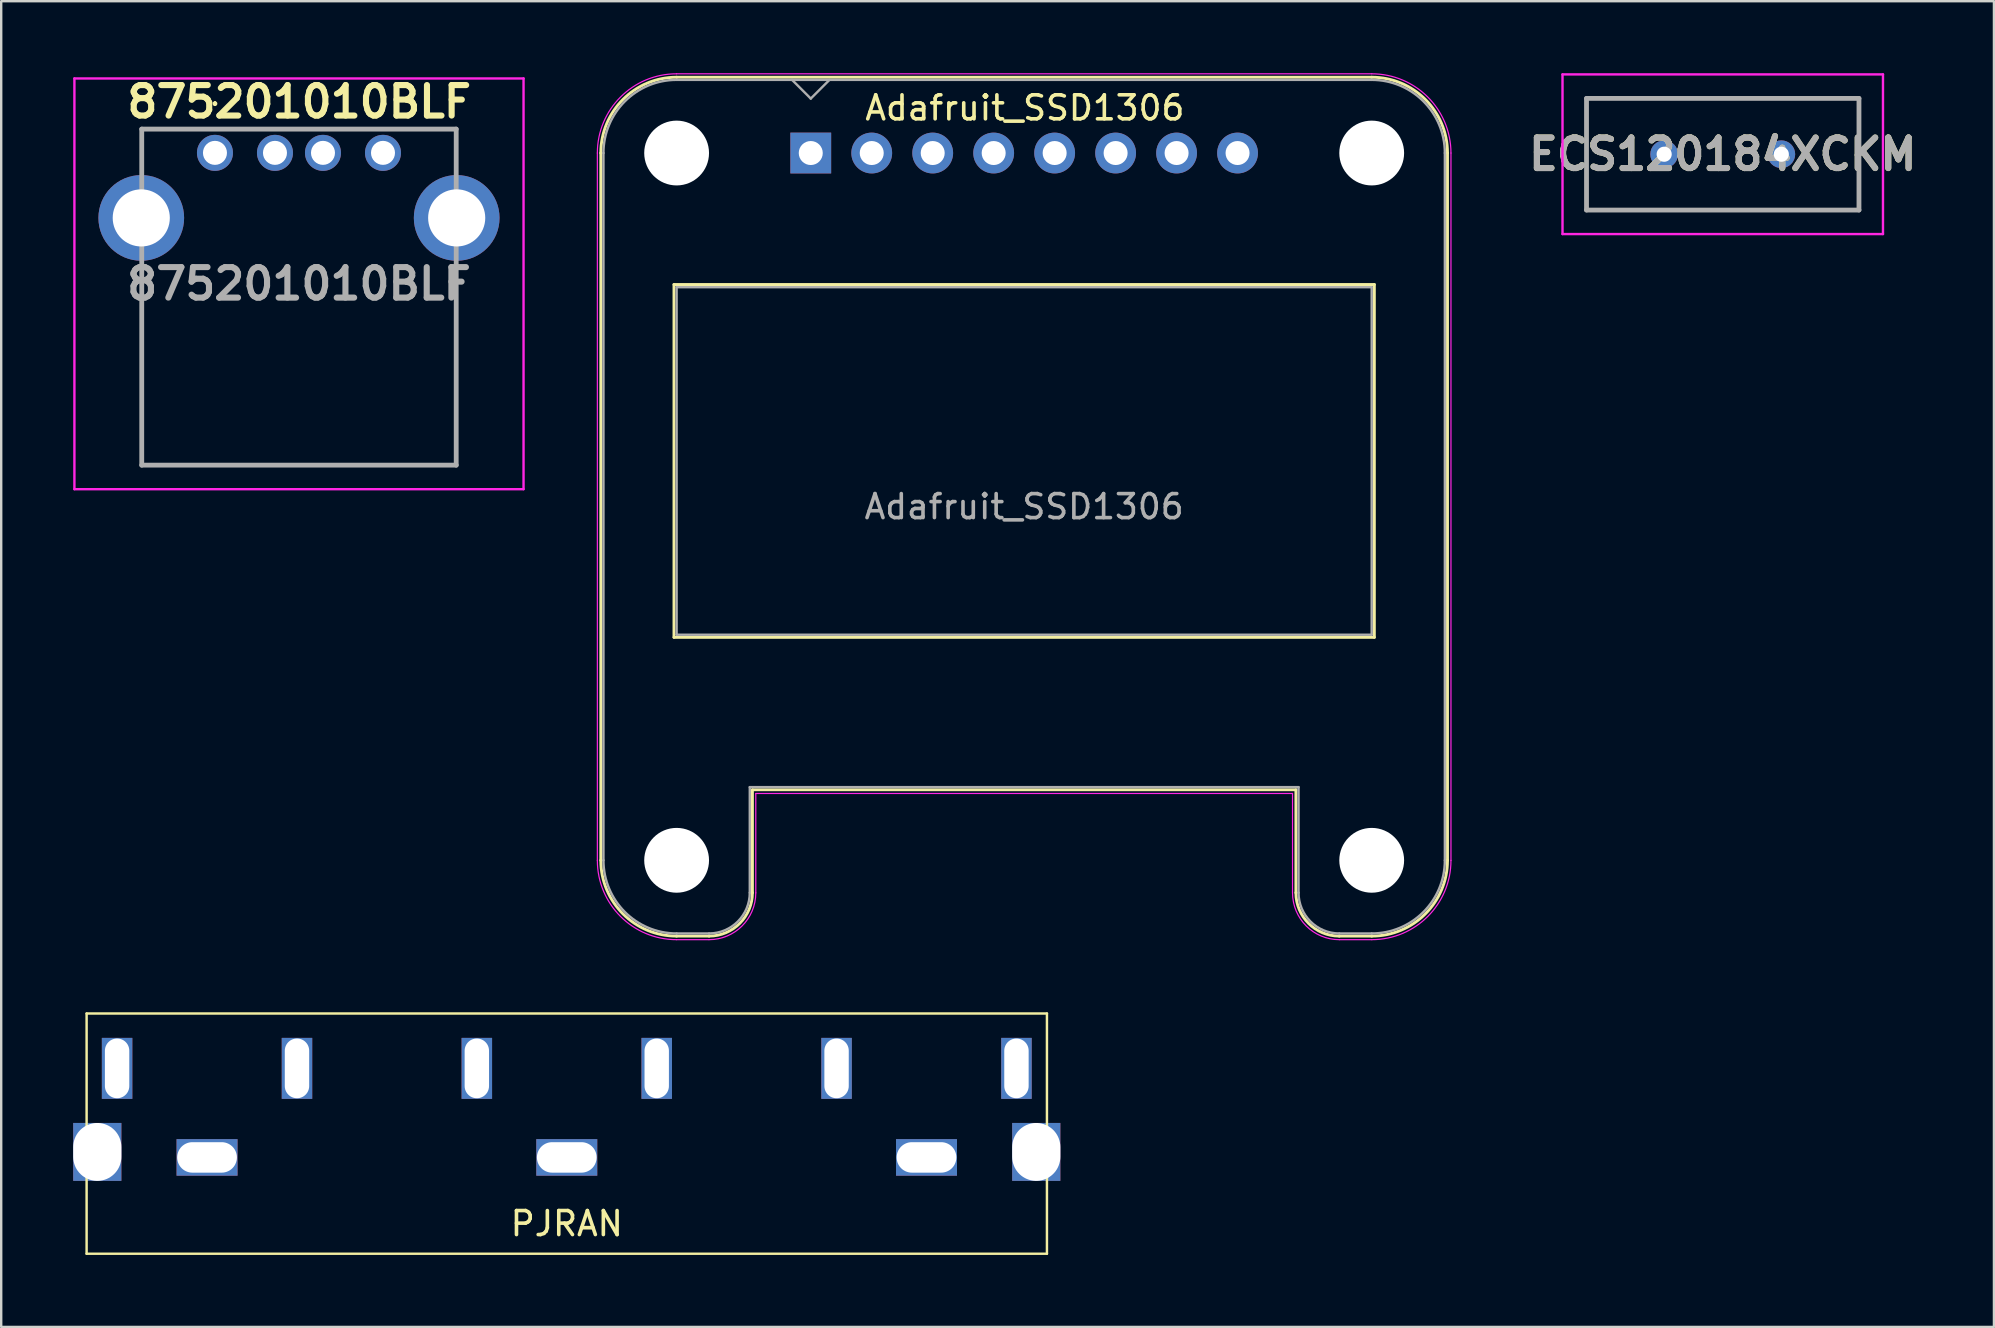
<source format=kicad_pcb>
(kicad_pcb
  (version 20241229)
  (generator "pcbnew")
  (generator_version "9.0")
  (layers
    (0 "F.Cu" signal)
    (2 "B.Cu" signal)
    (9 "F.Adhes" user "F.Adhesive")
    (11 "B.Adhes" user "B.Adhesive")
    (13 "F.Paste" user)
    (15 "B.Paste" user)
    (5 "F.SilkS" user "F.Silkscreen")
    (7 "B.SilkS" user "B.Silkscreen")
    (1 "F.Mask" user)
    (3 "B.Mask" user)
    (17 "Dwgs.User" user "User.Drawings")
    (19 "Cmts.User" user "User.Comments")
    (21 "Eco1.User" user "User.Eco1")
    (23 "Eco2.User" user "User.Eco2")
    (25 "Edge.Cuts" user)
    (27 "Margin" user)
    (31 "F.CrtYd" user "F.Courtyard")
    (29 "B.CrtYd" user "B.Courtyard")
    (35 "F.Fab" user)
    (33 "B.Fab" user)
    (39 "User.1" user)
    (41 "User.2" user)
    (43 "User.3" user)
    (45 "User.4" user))
  (footprint "Adafruit_SSD1306"
    (layer "F.Cu")
    (at 30.725 3.325)
    (property "Reference" "Adafruit_SSD1306" (at 8.92 -1.88 0) (layer "F.SilkS") (effects (font (size 1 1) (thickness 0.15))))
    (attr through_hole)
    (fp_line (start -8.746 0) (end -8.746 29.464) (stroke (width 0.12) (type solid)) (layer "F.SilkS"))
    (fp_line (start -5.698 5.478) (end -5.698 20.176) (stroke (width 0.12) (type solid)) (layer "F.SilkS"))
    (fp_line (start -5.698 5.478) (end 23.478 5.478) (stroke (width 0.12) (type solid)) (layer "F.SilkS"))
    (fp_line (start -5.698 20.176) (end 23.478 20.176) (stroke (width 0.12) (type solid)) (layer "F.SilkS"))
    (fp_line (start -4.238 32.622) (end -5.59 32.622) (stroke (width 0.12) (type solid)) (layer "F.SilkS"))
    (fp_line (start -2.43 26.526) (end -2.43 30.814) (stroke (width 0.12) (type solid)) (layer "F.SilkS"))
    (fp_line (start -2.43 26.526) (end 20.21 26.526) (stroke (width 0.12) (type solid)) (layer "F.SilkS"))
    (fp_line (start 20.21 26.526) (end 20.21 30.814) (stroke (width 0.12) (type solid)) (layer "F.SilkS"))
    (fp_line (start 22.018 32.622) (end 23.37 32.622) (stroke (width 0.12) (type solid)) (layer "F.SilkS"))
    (fp_line (start 23.368 -3.158) (end -5.588 -3.158) (stroke (width 0.12) (type solid)) (layer "F.SilkS"))
    (fp_line (start 23.478 5.478) (end 23.478 20.176) (stroke (width 0.12) (type solid)) (layer "F.SilkS"))
    (fp_line (start 26.526 0) (end 26.526 29.464) (stroke (width 0.12) (type solid)) (layer "F.SilkS"))
    (fp_arc (start -8.746 0) (mid -7.821043 -2.233043) (end -5.588 -3.158) (stroke (width 0.12) (type solid)) (layer "F.SilkS"))
    (fp_arc (start -5.588 32.622) (mid -7.821043 31.697043) (end -8.746 29.464) (stroke (width 0.12) (type solid)) (layer "F.SilkS"))
    (fp_arc (start -2.43 30.812) (mid -2.958137 32.091035) (end -4.236 32.622) (stroke (width 0.12) (type solid)) (layer "F.SilkS"))
    (fp_arc (start 22.016 32.622) (mid 20.738137 32.091035) (end 20.21 30.812) (stroke (width 0.12) (type solid)) (layer "F.SilkS"))
    (fp_arc (start 23.368 -3.158) (mid 25.601043 -2.233043) (end 26.526 0) (stroke (width 0.12) (type solid)) (layer "F.SilkS"))
    (fp_arc (start 26.526 29.464) (mid 25.601043 31.697043) (end 23.368 32.622) (stroke (width 0.12) (type solid)) (layer "F.SilkS"))
    (fp_line (start -8.89 0) (end -8.89 29.47) (stroke (width 0.05) (type solid)) (layer "F.CrtYd"))
    (fp_line (start -4.24 32.77) (end -5.59 32.77) (stroke (width 0.05) (type solid)) (layer "F.CrtYd"))
    (fp_line (start -2.29 26.68) (end -2.29 30.82) (stroke (width 0.05) (type solid)) (layer "F.CrtYd"))
    (fp_line (start -2.29 26.68) (end 20.07 26.68) (stroke (width 0.05) (type solid)) (layer "F.CrtYd"))
    (fp_line (start 20.07 26.68) (end 20.07 30.82) (stroke (width 0.05) (type solid)) (layer "F.CrtYd"))
    (fp_line (start 22.02 32.77) (end 23.37 32.77) (stroke (width 0.05) (type solid)) (layer "F.CrtYd"))
    (fp_line (start 23.37 -3.3) (end -5.59 -3.3) (stroke (width 0.05) (type solid)) (layer "F.CrtYd"))
    (fp_line (start 26.67 0) (end 26.67 29.47) (stroke (width 0.05) (type solid)) (layer "F.CrtYd"))
    (fp_arc (start -8.89 0) (mid -7.923452 -2.333452) (end -5.59 -3.3) (stroke (width 0.05) (type solid)) (layer "F.CrtYd"))
    (fp_arc (start -5.59 32.77) (mid -7.923452 31.803452) (end -8.89 29.47) (stroke (width 0.05) (type solid)) (layer "F.CrtYd"))
    (fp_arc (start -2.29 30.82) (mid -2.861142 32.198858) (end -4.24 32.77) (stroke (width 0.05) (type solid)) (layer "F.CrtYd"))
    (fp_arc (start 22.02 32.77) (mid 20.641142 32.198858) (end 20.07 30.82) (stroke (width 0.05) (type solid)) (layer "F.CrtYd"))
    (fp_arc (start 23.37 -3.3) (mid 25.703452 -2.333452) (end 26.67 0) (stroke (width 0.05) (type solid)) (layer "F.CrtYd"))
    (fp_arc (start 26.67 29.47) (mid 25.703452 31.803452) (end 23.37 32.77) (stroke (width 0.05) (type solid)) (layer "F.CrtYd"))
    (fp_line (start -8.636 0) (end -8.636 29.464) (stroke (width 0.1) (type solid)) (layer "F.Fab"))
    (fp_line (start -5.588 5.588) (end -5.588 20.066) (stroke (width 0.1) (type solid)) (layer "F.Fab"))
    (fp_line (start -5.588 5.588) (end 23.368 5.588) (stroke (width 0.1) (type solid)) (layer "F.Fab"))
    (fp_line (start -5.588 20.066) (end 23.368 20.066) (stroke (width 0.1) (type solid)) (layer "F.Fab"))
    (fp_line (start -4.238 32.512) (end -5.59 32.512) (stroke (width 0.1) (type solid)) (layer "F.Fab"))
    (fp_line (start -2.54 26.416) (end -2.54 30.814) (stroke (width 0.1) (type solid)) (layer "F.Fab"))
    (fp_line (start -2.54 26.416) (end 20.32 26.416) (stroke (width 0.1) (type solid)) (layer "F.Fab"))
    (fp_line (start -0.78 -3.048) (end 0 -2.268) (stroke (width 0.1) (type solid)) (layer "F.Fab"))
    (fp_line (start 0 -2.268) (end 0.78 -3.048) (stroke (width 0.1) (type solid)) (layer "F.Fab"))
    (fp_line (start 20.32 26.416) (end 20.32 30.814) (stroke (width 0.1) (type solid)) (layer "F.Fab"))
    (fp_line (start 22.018 32.512) (end 23.37 32.512) (stroke (width 0.1) (type solid)) (layer "F.Fab"))
    (fp_line (start 23.368 -3.048) (end -5.588 -3.048) (stroke (width 0.1) (type solid)) (layer "F.Fab"))
    (fp_line (start 23.368 5.588) (end 23.368 20.066) (stroke (width 0.1) (type solid)) (layer "F.Fab"))
    (fp_line (start 26.416 0) (end 26.416 29.464) (stroke (width 0.1) (type solid)) (layer "F.Fab"))
    (fp_arc (start -8.636 0.002) (mid -7.744676 -2.153847) (end -5.59 -3.048) (stroke (width 0.1) (type solid)) (layer "F.Fab"))
    (fp_arc (start -5.59 32.512) (mid -7.744676 31.617847) (end -8.636 29.462) (stroke (width 0.1) (type solid)) (layer "F.Fab"))
    (fp_arc (start -2.54 30.812) (mid -3.035918 32.013253) (end -4.236 32.512) (stroke (width 0.1) (type solid)) (layer "F.Fab"))
    (fp_arc (start 22.016 32.512) (mid 20.815918 32.013253) (end 20.32 30.812) (stroke (width 0.1) (type solid)) (layer "F.Fab"))
    (fp_arc (start 23.368 -3.048) (mid 25.523261 -2.155261) (end 26.416 0) (stroke (width 0.1) (type solid)) (layer "F.Fab"))
    (fp_arc (start 26.416 29.464) (mid 25.523261 31.619261) (end 23.368 32.512) (stroke (width 0.1) (type solid)) (layer "F.Fab"))
    (fp_text user "${REFERENCE}" (at 8.89 14.732 0) (layer "F.Fab") (effects (font (size 1 1) (thickness 0.15))))
    (pad "" np_thru_hole circle (at -5.588 0) (size 2.7 2.7) (drill 2.7) (layers "*.Cu" "*.Mask"))
    (pad "" np_thru_hole circle (at -5.588 29.464) (size 2.7 2.7) (drill 2.7) (layers "*.Cu" "*.Mask"))
    (pad "" np_thru_hole circle (at 23.368 0) (size 2.7 2.7) (drill 2.7) (layers "*.Cu" "*.Mask"))
    (pad "" np_thru_hole circle (at 23.368 29.464) (size 2.7 2.7) (drill 2.7) (layers "*.Cu" "*.Mask"))
    (pad "1" thru_hole rect (at 0 0) (size 1.7 1.7) (drill 1) (layers "*.Cu" "*.Mask"))
    (pad "2" thru_hole circle (at 2.54 0) (size 1.7 1.7) (drill 1) (layers "*.Cu" "*.Mask"))
    (pad "3" thru_hole circle (at 5.08 0) (size 1.7 1.7) (drill 1) (layers "*.Cu" "*.Mask"))
    (pad "4" thru_hole circle (at 7.62 0) (size 1.7 1.7) (drill 1) (layers "*.Cu" "*.Mask"))
    (pad "5" thru_hole circle (at 10.16 0) (size 1.7 1.7) (drill 1) (layers "*.Cu" "*.Mask"))
    (pad "6" thru_hole circle (at 12.7 0) (size 1.7 1.7) (drill 1) (layers "*.Cu" "*.Mask"))
    (pad "7" thru_hole circle (at 15.24 0) (size 1.7 1.7) (drill 1) (layers "*.Cu" "*.Mask"))
    (pad "8" thru_hole circle (at 17.78 0) (size 1.7 1.7) (drill 1) (layers "*.Cu" "*.Mask")))
  (footprint "PJRAN"
    (layer "F.Cu")
    (at 20.561 44.175)
    (property "Reference" "PJRAN" (at 0 3.75 0) (layer "F.SilkS") (effects (font (size 1 1) (thickness 0.15))))
    (attr through_hole)
    (fp_line (start -20.003 -5.004) (end -20.003 5.004) (stroke (width 0.102) (type solid)) (layer "F.SilkS"))
    (fp_line (start -20.003 -5.004) (end 20.003 -5.004) (stroke (width 0.102) (type solid)) (layer "F.SilkS"))
    (fp_line (start -20.003 5.004) (end 20.003 5.004) (stroke (width 0.102) (type solid)) (layer "F.SilkS"))
    (fp_line (start 20.003 -5.004) (end 20.003 5.004) (stroke (width 0.102) (type solid)) (layer "F.SilkS"))
    (pad "" thru_hole rect (at -19.558 0.762) (size 2.007 2.413) (drill oval 2.007 2.413) (layers "*.Cu" "*.Mask"))
    (pad "" thru_hole rect (at 19.558 0.762) (size 2.007 2.413) (drill oval 2.007 2.413) (layers "*.Cu" "*.Mask"))
    (pad "1" thru_hole rect (at -14.986 0.991) (size 2.54 1.524) (drill oval 2.489 1.27) (layers "*.Cu" "*.Mask"))
    (pad "2" thru_hole rect (at 0 0.991) (size 2.54 1.524) (drill oval 2.489 1.27) (layers "*.Cu" "*.Mask"))
    (pad "3" thru_hole rect (at 14.986 0.991) (size 2.54 1.524) (drill oval 2.489 1.27) (layers "*.Cu" "*.Mask"))
    (pad "4" thru_hole rect (at -18.733 -2.718) (size 1.27 2.54) (drill oval 1.016 2.489) (layers "*.Cu" "*.Mask"))
    (pad "5" thru_hole rect (at -11.239 -2.718) (size 1.27 2.54) (drill oval 1.016 2.489) (layers "*.Cu" "*.Mask"))
    (pad "6" thru_hole rect (at -3.747 -2.718) (size 1.27 2.54) (drill oval 1.016 2.489) (layers "*.Cu" "*.Mask"))
    (pad "7" thru_hole rect (at 3.747 -2.718) (size 1.27 2.54) (drill oval 1.016 2.489) (layers "*.Cu" "*.Mask"))
    (pad "8" thru_hole rect (at 11.239 -2.718) (size 1.27 2.54) (drill oval 1.016 2.489) (layers "*.Cu" "*.Mask"))
    (pad "9" thru_hole rect (at 18.733 -2.718) (size 1.27 2.54) (drill oval 1.016 2.489) (layers "*.Cu" "*.Mask")))
  (footprint "875201010BLF"
    (layer "F.Cu")
    (at 5.905 3.318)
    (property "Reference" "875201010BLF" (at 3.51 -2.129 0) (layer "F.SilkS") (effects (font (size 1.27 1.27) (thickness 0.254))))
    (attr through_hole)
    (fp_line (start -3.07 13.01) (end 10.07 13.01) (stroke (width 0.1) (type solid)) (layer "F.SilkS"))
    (fp_line (start -3.05 5.21) (end -3.07 13.01) (stroke (width 0.1) (type solid)) (layer "F.SilkS"))
    (fp_line (start -2.93 -0.99) (end 10.05 -0.99) (stroke (width 0.1) (type solid)) (layer "F.SilkS"))
    (fp_line (start 0 -2.1) (end 0 -2.1) (stroke (width 0.1) (type solid)) (layer "F.SilkS"))
    (fp_line (start 0 -2) (end 0 -2) (stroke (width 0.1) (type solid)) (layer "F.SilkS"))
    (fp_line (start 10.07 13.01) (end 10.07 5.71) (stroke (width 0.1) (type solid)) (layer "F.SilkS"))
    (fp_arc (start 0 -2.1) (mid 0.05 -2.05) (end 0 -2) (stroke (width 0.1) (type solid)) (layer "F.SilkS"))
    (fp_arc (start 0 -2) (mid -0.05 -2.05) (end 0 -2.1) (stroke (width 0.1) (type solid)) (layer "F.SilkS"))
    (fp_line (start -5.855 -3.1) (end 12.855 -3.1) (stroke (width 0.1) (type solid)) (layer "F.CrtYd"))
    (fp_line (start -5.855 14.01) (end -5.855 -3.1) (stroke (width 0.1) (type solid)) (layer "F.CrtYd"))
    (fp_line (start 12.855 -3.1) (end 12.855 14.01) (stroke (width 0.1) (type solid)) (layer "F.CrtYd"))
    (fp_line (start 12.855 14.01) (end -5.855 14.01) (stroke (width 0.1) (type solid)) (layer "F.CrtYd"))
    (fp_line (start -3.05 -0.99) (end 10.05 -0.99) (stroke (width 0.2) (type solid)) (layer "F.Fab"))
    (fp_line (start -3.05 13.01) (end -3.05 -0.99) (stroke (width 0.2) (type solid)) (layer "F.Fab"))
    (fp_line (start 10.05 -0.99) (end 10.05 13.01) (stroke (width 0.2) (type solid)) (layer "F.Fab"))
    (fp_line (start 10.05 13.01) (end -3.05 13.01) (stroke (width 0.2) (type solid)) (layer "F.Fab"))
    (fp_text user "${REFERENCE}" (at 3.5 5.455 0) (layer "F.Fab") (effects (font (size 1.27 1.27) (thickness 0.254))))
    (pad "1" thru_hole circle (at 0 0) (size 1.5 1.5) (drill 1) (layers "*.Cu" "*.Mask"))
    (pad "2" thru_hole circle (at 2.5 0) (size 1.5 1.5) (drill 1) (layers "*.Cu" "*.Mask"))
    (pad "3" thru_hole circle (at 4.5 0) (size 1.5 1.5) (drill 1) (layers "*.Cu" "*.Mask"))
    (pad "4" thru_hole circle (at 7 0) (size 1.5 1.5) (drill 1) (layers "*.Cu" "*.Mask"))
    (pad "MH1" thru_hole circle (at -3.07 2.71) (size 3.57 3.57) (drill 2.38) (layers "*.Cu" "*.Mask"))
    (pad "MH2" thru_hole circle (at 10.07 2.71) (size 3.57 3.57) (drill 2.38) (layers "*.Cu" "*.Mask")))
  (footprint "ECS120184XCKM"
    (layer "F.Cu")
    (at 66.277 3.375)
    (property "Reference" "ECS120184XCKM" (at 2.44 0 0) (layer "F.SilkS") (effects (font (size 1.27 1.27) (thickness 0.254))))
    (attr through_hole)
    (fp_line (start -3.235 -2.325) (end 8.115 -2.325) (stroke (width 0.1) (type solid)) (layer "F.SilkS"))
    (fp_line (start -3.235 2.325) (end -3.235 -2.325) (stroke (width 0.1) (type solid)) (layer "F.SilkS"))
    (fp_line (start 8.115 -2.325) (end 8.115 2.325) (stroke (width 0.1) (type solid)) (layer "F.SilkS"))
    (fp_line (start 8.115 2.325) (end -3.235 2.325) (stroke (width 0.1) (type solid)) (layer "F.SilkS"))
    (fp_line (start -4.235 -3.325) (end 9.115 -3.325) (stroke (width 0.1) (type solid)) (layer "F.CrtYd"))
    (fp_line (start -4.235 3.325) (end -4.235 -3.325) (stroke (width 0.1) (type solid)) (layer "F.CrtYd"))
    (fp_line (start 9.115 -3.325) (end 9.115 3.325) (stroke (width 0.1) (type solid)) (layer "F.CrtYd"))
    (fp_line (start 9.115 3.325) (end -4.235 3.325) (stroke (width 0.1) (type solid)) (layer "F.CrtYd"))
    (fp_line (start -3.235 -2.325) (end 8.115 -2.325) (stroke (width 0.2) (type solid)) (layer "F.Fab"))
    (fp_line (start -3.235 2.325) (end -3.235 -2.325) (stroke (width 0.2) (type solid)) (layer "F.Fab"))
    (fp_line (start 8.115 -2.325) (end 8.115 2.325) (stroke (width 0.2) (type solid)) (layer "F.Fab"))
    (fp_line (start 8.115 2.325) (end -3.235 2.325) (stroke (width 0.2) (type solid)) (layer "F.Fab"))
    (fp_text user "${REFERENCE}" (at 2.44 0 0) (layer "F.Fab") (effects (font (size 1.27 1.27) (thickness 0.254))))
    (pad "1" thru_hole circle (at 0 0) (size 1.155 1.155) (drill 0.63) (layers "*.Cu" "*.Mask"))
    (pad "2" thru_hole circle (at 4.88 0) (size 1.155 1.155) (drill 0.63) (layers "*.Cu" "*.Mask")))
  (gr_rect
    (start -3 -3)
    (end 80.015 52.229)
    (stroke (width 0.1) (type default))
    (fill no)
    (layer "Edge.Cuts")))
</source>
